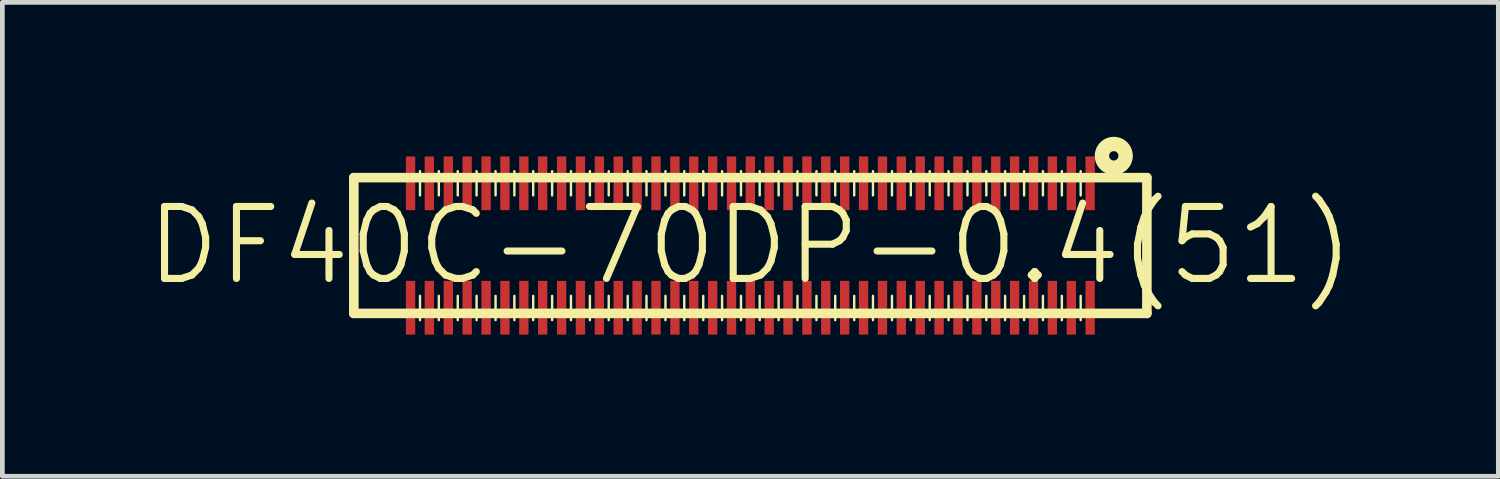
<source format=kicad_pcb>
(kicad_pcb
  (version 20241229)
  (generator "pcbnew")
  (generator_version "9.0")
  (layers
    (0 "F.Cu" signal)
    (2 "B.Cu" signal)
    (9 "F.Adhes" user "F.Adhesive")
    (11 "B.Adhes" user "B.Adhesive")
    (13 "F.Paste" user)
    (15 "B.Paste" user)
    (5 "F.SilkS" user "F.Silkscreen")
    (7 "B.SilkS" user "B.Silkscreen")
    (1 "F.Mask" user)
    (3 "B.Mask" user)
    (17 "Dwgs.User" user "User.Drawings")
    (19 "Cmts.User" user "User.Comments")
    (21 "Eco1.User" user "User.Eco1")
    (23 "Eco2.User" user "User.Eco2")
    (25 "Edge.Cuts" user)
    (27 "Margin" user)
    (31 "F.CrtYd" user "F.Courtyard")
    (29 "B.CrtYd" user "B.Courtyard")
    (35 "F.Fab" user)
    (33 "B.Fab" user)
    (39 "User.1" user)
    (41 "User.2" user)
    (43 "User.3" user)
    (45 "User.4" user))
  (footprint "DF40C-70DP-0.4(51)"
    (layer "F.Cu")
    (at 12.845 2.151)
    (property "Reference" "DF40C-70DP-0.4(51)" (at 0 0 0) (layer "F.SilkS") (effects (font (size 1.524 1.524) (thickness 0.15))))
    (attr smd)
    (fp_line (start -8.4 -1.438) (end 8.4 -1.438) (stroke (width 0.203) (type solid)) (layer "F.SilkS"))
    (fp_line (start -8.4 1.438) (end -8.4 -1.438) (stroke (width 0.203) (type solid)) (layer "F.SilkS"))
    (fp_line (start -6.998 -1.062) (end -6.998 -1.575) (stroke (width 0.051) (type solid)) (layer "F.SilkS"))
    (fp_line (start -6.998 1.58) (end -6.998 1.067) (stroke (width 0.051) (type solid)) (layer "F.SilkS"))
    (fp_line (start -6.599 -1.062) (end -6.599 -1.575) (stroke (width 0.051) (type solid)) (layer "F.SilkS"))
    (fp_line (start -6.599 1.58) (end -6.599 1.067) (stroke (width 0.051) (type solid)) (layer "F.SilkS"))
    (fp_line (start -6.198 -1.062) (end -6.198 -1.575) (stroke (width 0.051) (type solid)) (layer "F.SilkS"))
    (fp_line (start -6.198 1.58) (end -6.198 1.067) (stroke (width 0.051) (type solid)) (layer "F.SilkS"))
    (fp_line (start -5.799 -1.062) (end -5.799 -1.575) (stroke (width 0.051) (type solid)) (layer "F.SilkS"))
    (fp_line (start -5.799 1.58) (end -5.799 1.067) (stroke (width 0.051) (type solid)) (layer "F.SilkS"))
    (fp_line (start -5.397 -1.062) (end -5.397 -1.575) (stroke (width 0.051) (type solid)) (layer "F.SilkS"))
    (fp_line (start -5.397 1.58) (end -5.397 1.067) (stroke (width 0.051) (type solid)) (layer "F.SilkS"))
    (fp_line (start -4.999 -1.062) (end -4.999 -1.575) (stroke (width 0.051) (type solid)) (layer "F.SilkS"))
    (fp_line (start -4.999 1.58) (end -4.999 1.067) (stroke (width 0.051) (type solid)) (layer "F.SilkS"))
    (fp_line (start -4.6 -1.062) (end -4.6 -1.575) (stroke (width 0.051) (type solid)) (layer "F.SilkS"))
    (fp_line (start -4.6 1.58) (end -4.6 1.067) (stroke (width 0.051) (type solid)) (layer "F.SilkS"))
    (fp_line (start -4.199 -1.062) (end -4.199 -1.575) (stroke (width 0.051) (type solid)) (layer "F.SilkS"))
    (fp_line (start -4.199 1.58) (end -4.199 1.067) (stroke (width 0.051) (type solid)) (layer "F.SilkS"))
    (fp_line (start -3.8 -1.062) (end -3.8 -1.575) (stroke (width 0.051) (type solid)) (layer "F.SilkS"))
    (fp_line (start -3.8 1.58) (end -3.8 1.067) (stroke (width 0.051) (type solid)) (layer "F.SilkS"))
    (fp_line (start -3.399 -1.062) (end -3.399 -1.575) (stroke (width 0.051) (type solid)) (layer "F.SilkS"))
    (fp_line (start -3.399 1.58) (end -3.399 1.067) (stroke (width 0.051) (type solid)) (layer "F.SilkS"))
    (fp_line (start -3 -1.062) (end -3 -1.575) (stroke (width 0.051) (type solid)) (layer "F.SilkS"))
    (fp_line (start -3 1.58) (end -3 1.067) (stroke (width 0.051) (type solid)) (layer "F.SilkS"))
    (fp_line (start -2.598 -1.062) (end -2.598 -1.575) (stroke (width 0.051) (type solid)) (layer "F.SilkS"))
    (fp_line (start -2.598 1.58) (end -2.598 1.067) (stroke (width 0.051) (type solid)) (layer "F.SilkS"))
    (fp_line (start -2.2 -1.062) (end -2.2 -1.575) (stroke (width 0.051) (type solid)) (layer "F.SilkS"))
    (fp_line (start -2.2 1.58) (end -2.2 1.067) (stroke (width 0.051) (type solid)) (layer "F.SilkS"))
    (fp_line (start -1.798 -1.062) (end -1.798 -1.575) (stroke (width 0.051) (type solid)) (layer "F.SilkS"))
    (fp_line (start -1.798 1.58) (end -1.798 1.067) (stroke (width 0.051) (type solid)) (layer "F.SilkS"))
    (fp_line (start -1.4 -1.062) (end -1.4 -1.575) (stroke (width 0.051) (type solid)) (layer "F.SilkS"))
    (fp_line (start -1.4 1.58) (end -1.4 1.067) (stroke (width 0.051) (type solid)) (layer "F.SilkS"))
    (fp_line (start -0.998 -1.062) (end -0.998 -1.575) (stroke (width 0.051) (type solid)) (layer "F.SilkS"))
    (fp_line (start -0.998 1.58) (end -0.998 1.067) (stroke (width 0.051) (type solid)) (layer "F.SilkS"))
    (fp_line (start -0.599 -1.062) (end -0.599 -1.575) (stroke (width 0.051) (type solid)) (layer "F.SilkS"))
    (fp_line (start -0.599 1.58) (end -0.599 1.067) (stroke (width 0.051) (type solid)) (layer "F.SilkS"))
    (fp_line (start -0.198 -1.062) (end -0.198 -1.575) (stroke (width 0.051) (type solid)) (layer "F.SilkS"))
    (fp_line (start -0.198 1.58) (end -0.198 1.067) (stroke (width 0.051) (type solid)) (layer "F.SilkS"))
    (fp_line (start 0.198 -1.062) (end 0.198 -1.575) (stroke (width 0.051) (type solid)) (layer "F.SilkS"))
    (fp_line (start 0.198 1.58) (end 0.198 1.067) (stroke (width 0.051) (type solid)) (layer "F.SilkS"))
    (fp_line (start 0.599 -1.062) (end 0.599 -1.575) (stroke (width 0.051) (type solid)) (layer "F.SilkS"))
    (fp_line (start 0.599 1.58) (end 0.599 1.067) (stroke (width 0.051) (type solid)) (layer "F.SilkS"))
    (fp_line (start 0.998 -1.062) (end 0.998 -1.575) (stroke (width 0.051) (type solid)) (layer "F.SilkS"))
    (fp_line (start 0.998 1.58) (end 0.998 1.067) (stroke (width 0.051) (type solid)) (layer "F.SilkS"))
    (fp_line (start 1.4 -1.062) (end 1.4 -1.575) (stroke (width 0.051) (type solid)) (layer "F.SilkS"))
    (fp_line (start 1.4 1.58) (end 1.4 1.067) (stroke (width 0.051) (type solid)) (layer "F.SilkS"))
    (fp_line (start 1.798 -1.062) (end 1.798 -1.575) (stroke (width 0.051) (type solid)) (layer "F.SilkS"))
    (fp_line (start 1.798 1.58) (end 1.798 1.067) (stroke (width 0.051) (type solid)) (layer "F.SilkS"))
    (fp_line (start 2.2 -1.062) (end 2.2 -1.575) (stroke (width 0.051) (type solid)) (layer "F.SilkS"))
    (fp_line (start 2.2 1.58) (end 2.2 1.067) (stroke (width 0.051) (type solid)) (layer "F.SilkS"))
    (fp_line (start 2.598 -1.062) (end 2.598 -1.575) (stroke (width 0.051) (type solid)) (layer "F.SilkS"))
    (fp_line (start 2.598 1.58) (end 2.598 1.067) (stroke (width 0.051) (type solid)) (layer "F.SilkS"))
    (fp_line (start 3 -1.062) (end 3 -1.575) (stroke (width 0.051) (type solid)) (layer "F.SilkS"))
    (fp_line (start 3 1.58) (end 3 1.067) (stroke (width 0.051) (type solid)) (layer "F.SilkS"))
    (fp_line (start 3.399 -1.062) (end 3.399 -1.575) (stroke (width 0.051) (type solid)) (layer "F.SilkS"))
    (fp_line (start 3.399 1.58) (end 3.399 1.067) (stroke (width 0.051) (type solid)) (layer "F.SilkS"))
    (fp_line (start 3.8 -1.062) (end 3.8 -1.575) (stroke (width 0.051) (type solid)) (layer "F.SilkS"))
    (fp_line (start 3.8 1.58) (end 3.8 1.067) (stroke (width 0.051) (type solid)) (layer "F.SilkS"))
    (fp_line (start 4.199 -1.062) (end 4.199 -1.575) (stroke (width 0.051) (type solid)) (layer "F.SilkS"))
    (fp_line (start 4.199 1.58) (end 4.199 1.067) (stroke (width 0.051) (type solid)) (layer "F.SilkS"))
    (fp_line (start 4.6 -1.062) (end 4.6 -1.575) (stroke (width 0.051) (type solid)) (layer "F.SilkS"))
    (fp_line (start 4.6 1.58) (end 4.6 1.067) (stroke (width 0.051) (type solid)) (layer "F.SilkS"))
    (fp_line (start 4.999 -1.062) (end 4.999 -1.575) (stroke (width 0.051) (type solid)) (layer "F.SilkS"))
    (fp_line (start 4.999 1.58) (end 4.999 1.067) (stroke (width 0.051) (type solid)) (layer "F.SilkS"))
    (fp_line (start 5.397 -1.062) (end 5.397 -1.575) (stroke (width 0.051) (type solid)) (layer "F.SilkS"))
    (fp_line (start 5.397 1.58) (end 5.397 1.067) (stroke (width 0.051) (type solid)) (layer "F.SilkS"))
    (fp_line (start 5.799 -1.062) (end 5.799 -1.575) (stroke (width 0.051) (type solid)) (layer "F.SilkS"))
    (fp_line (start 5.799 1.58) (end 5.799 1.067) (stroke (width 0.051) (type solid)) (layer "F.SilkS"))
    (fp_line (start 6.198 -1.062) (end 6.198 -1.575) (stroke (width 0.051) (type solid)) (layer "F.SilkS"))
    (fp_line (start 6.198 1.58) (end 6.198 1.067) (stroke (width 0.051) (type solid)) (layer "F.SilkS"))
    (fp_line (start 6.599 -1.062) (end 6.599 -1.575) (stroke (width 0.051) (type solid)) (layer "F.SilkS"))
    (fp_line (start 6.599 1.58) (end 6.599 1.067) (stroke (width 0.051) (type solid)) (layer "F.SilkS"))
    (fp_line (start 6.998 -1.062) (end 6.998 -1.575) (stroke (width 0.051) (type solid)) (layer "F.SilkS"))
    (fp_line (start 6.998 1.58) (end 6.998 1.067) (stroke (width 0.051) (type solid)) (layer "F.SilkS"))
    (fp_line (start 8.4 -1.438) (end 8.4 1.438) (stroke (width 0.203) (type solid)) (layer "F.SilkS"))
    (fp_line (start 8.4 1.438) (end -8.4 1.438) (stroke (width 0.203) (type solid)) (layer "F.SilkS"))
    (fp_circle (center 7.699 -1.9) (end 7.699 -1.999) (stroke (width 0.305) (type solid)) (fill no) (layer "F.SilkS"))
    (pad "1" smd rect (at 6.8 -1.318) (size 0.198 1.138) (layers "F.Cu" "B.Mask"))
    (pad "2" smd rect (at 6.8 1.318) (size 0.198 1.138) (layers "F.Cu" "B.Mask"))
    (pad "3" smd rect (at 6.398 -1.318) (size 0.198 1.138) (layers "F.Cu" "B.Mask"))
    (pad "4" smd rect (at 6.398 1.318) (size 0.198 1.138) (layers "F.Cu" "B.Mask"))
    (pad "5" smd rect (at 5.999 -1.318) (size 0.198 1.138) (layers "F.Cu" "B.Mask"))
    (pad "6" smd rect (at 5.999 1.318) (size 0.198 1.138) (layers "F.Cu" "B.Mask"))
    (pad "7" smd rect (at 5.598 -1.318) (size 0.198 1.138) (layers "F.Cu" "B.Mask"))
    (pad "8" smd rect (at 5.598 1.318) (size 0.198 1.138) (layers "F.Cu" "B.Mask"))
    (pad "9" smd rect (at 5.199 -1.318) (size 0.198 1.138) (layers "F.Cu" "B.Mask"))
    (pad "10" smd rect (at 5.199 1.318) (size 0.198 1.138) (layers "F.Cu" "B.Mask"))
    (pad "11" smd rect (at 4.798 -1.318) (size 0.198 1.138) (layers "F.Cu" "B.Mask"))
    (pad "12" smd rect (at 4.798 1.318) (size 0.198 1.138) (layers "F.Cu" "B.Mask"))
    (pad "13" smd rect (at 4.399 -1.318) (size 0.198 1.138) (layers "F.Cu" "B.Mask"))
    (pad "14" smd rect (at 4.399 1.318) (size 0.198 1.138) (layers "F.Cu" "B.Mask"))
    (pad "15" smd rect (at 3.998 -1.318) (size 0.198 1.138) (layers "F.Cu" "B.Mask"))
    (pad "16" smd rect (at 3.998 1.318) (size 0.198 1.138) (layers "F.Cu" "B.Mask"))
    (pad "17" smd rect (at 3.599 -1.318) (size 0.198 1.138) (layers "F.Cu" "B.Mask"))
    (pad "18" smd rect (at 3.599 1.318) (size 0.198 1.138) (layers "F.Cu" "B.Mask"))
    (pad "19" smd rect (at 3.198 -1.318) (size 0.198 1.138) (layers "F.Cu" "B.Mask"))
    (pad "20" smd rect (at 3.198 1.318) (size 0.198 1.138) (layers "F.Cu" "B.Mask"))
    (pad "21" smd rect (at 2.799 -1.318) (size 0.198 1.138) (layers "F.Cu" "B.Mask"))
    (pad "22" smd rect (at 2.799 1.318) (size 0.198 1.138) (layers "F.Cu" "B.Mask"))
    (pad "23" smd rect (at 2.398 -1.318) (size 0.198 1.138) (layers "F.Cu" "B.Mask"))
    (pad "24" smd rect (at 2.398 1.318) (size 0.198 1.138) (layers "F.Cu" "B.Mask"))
    (pad "25" smd rect (at 1.999 -1.318) (size 0.198 1.138) (layers "F.Cu" "B.Mask"))
    (pad "26" smd rect (at 1.999 1.318) (size 0.198 1.138) (layers "F.Cu" "B.Mask"))
    (pad "27" smd rect (at 1.598 -1.318) (size 0.198 1.138) (layers "F.Cu" "B.Mask"))
    (pad "28" smd rect (at 1.598 1.318) (size 0.198 1.138) (layers "F.Cu" "B.Mask"))
    (pad "29" smd rect (at 1.199 -1.318) (size 0.198 1.138) (layers "F.Cu" "B.Mask"))
    (pad "30" smd rect (at 1.199 1.318) (size 0.198 1.138) (layers "F.Cu" "B.Mask"))
    (pad "31" smd rect (at 0.798 -1.318) (size 0.198 1.138) (layers "F.Cu" "B.Mask"))
    (pad "32" smd rect (at 0.798 1.318) (size 0.198 1.138) (layers "F.Cu" "B.Mask"))
    (pad "33" smd rect (at 0.399 -1.318) (size 0.198 1.138) (layers "F.Cu" "B.Mask"))
    (pad "34" smd rect (at 0.399 1.318) (size 0.198 1.138) (layers "F.Cu" "B.Mask"))
    (pad "35" smd rect (at 0 -1.318) (size 0.198 1.138) (layers "F.Cu" "B.Mask"))
    (pad "36" smd rect (at 0 1.318) (size 0.198 1.138) (layers "F.Cu" "B.Mask"))
    (pad "37" smd rect (at -0.399 -1.318) (size 0.198 1.138) (layers "F.Cu" "B.Mask"))
    (pad "38" smd rect (at -0.399 1.318) (size 0.198 1.138) (layers "F.Cu" "B.Mask"))
    (pad "39" smd rect (at -0.798 -1.318) (size 0.198 1.138) (layers "F.Cu" "B.Mask"))
    (pad "40" smd rect (at -0.798 1.318) (size 0.198 1.138) (layers "F.Cu" "B.Mask"))
    (pad "41" smd rect (at -1.199 -1.318) (size 0.198 1.138) (layers "F.Cu" "B.Mask"))
    (pad "42" smd rect (at -1.199 1.318) (size 0.198 1.138) (layers "F.Cu" "B.Mask"))
    (pad "43" smd rect (at -1.598 -1.318) (size 0.198 1.138) (layers "F.Cu" "B.Mask"))
    (pad "44" smd rect (at -1.598 1.318) (size 0.198 1.138) (layers "F.Cu" "B.Mask"))
    (pad "45" smd rect (at -1.999 -1.318) (size 0.198 1.138) (layers "F.Cu" "B.Mask"))
    (pad "46" smd rect (at -1.999 1.318) (size 0.198 1.138) (layers "F.Cu" "B.Mask"))
    (pad "47" smd rect (at -2.398 -1.318) (size 0.198 1.138) (layers "F.Cu" "B.Mask"))
    (pad "48" smd rect (at -2.398 1.318) (size 0.198 1.138) (layers "F.Cu" "B.Mask"))
    (pad "49" smd rect (at -2.799 -1.318) (size 0.198 1.138) (layers "F.Cu" "B.Mask"))
    (pad "50" smd rect (at -2.799 1.318) (size 0.198 1.138) (layers "F.Cu" "B.Mask"))
    (pad "51" smd rect (at -3.198 -1.318) (size 0.198 1.138) (layers "F.Cu" "B.Mask"))
    (pad "52" smd rect (at -3.198 1.318) (size 0.198 1.138) (layers "F.Cu" "B.Mask"))
    (pad "53" smd rect (at -3.599 -1.318) (size 0.198 1.138) (layers "F.Cu" "B.Mask"))
    (pad "54" smd rect (at -3.599 1.318) (size 0.198 1.138) (layers "F.Cu" "B.Mask"))
    (pad "55" smd rect (at -3.998 -1.318) (size 0.198 1.138) (layers "F.Cu" "B.Mask"))
    (pad "56" smd rect (at -3.998 1.318) (size 0.198 1.138) (layers "F.Cu" "B.Mask"))
    (pad "57" smd rect (at -4.399 -1.318) (size 0.198 1.138) (layers "F.Cu" "B.Mask"))
    (pad "58" smd rect (at -4.399 1.318) (size 0.198 1.138) (layers "F.Cu" "B.Mask"))
    (pad "59" smd rect (at -4.798 -1.318) (size 0.198 1.138) (layers "F.Cu" "B.Mask"))
    (pad "60" smd rect (at -4.798 1.318) (size 0.198 1.138) (layers "F.Cu" "B.Mask"))
    (pad "61" smd rect (at -5.199 -1.318) (size 0.198 1.138) (layers "F.Cu" "B.Mask"))
    (pad "62" smd rect (at -5.199 1.318) (size 0.198 1.138) (layers "F.Cu" "B.Mask"))
    (pad "63" smd rect (at -5.598 -1.318) (size 0.198 1.138) (layers "F.Cu" "B.Mask"))
    (pad "64" smd rect (at -5.598 1.318) (size 0.198 1.138) (layers "F.Cu" "B.Mask"))
    (pad "65" smd rect (at -5.999 -1.318) (size 0.198 1.138) (layers "F.Cu" "B.Mask"))
    (pad "66" smd rect (at -5.999 1.318) (size 0.198 1.138) (layers "F.Cu" "B.Mask"))
    (pad "67" smd rect (at -6.398 -1.318) (size 0.198 1.138) (layers "F.Cu" "B.Mask"))
    (pad "68" smd rect (at -6.398 1.318) (size 0.198 1.138) (layers "F.Cu" "B.Mask"))
    (pad "69" smd rect (at -6.8 -1.318) (size 0.198 1.138) (layers "F.Cu" "B.Mask"))
    (pad "70" smd rect (at -6.8 1.318) (size 0.198 1.138) (layers "F.Cu" "B.Mask"))
    (pad "NC1" smd rect (at 7.198 -1.318) (size 0.198 1.138) (layers "F.Cu" "B.Mask"))
    (pad "NC2" smd rect (at 7.198 1.318) (size 0.198 1.138) (layers "F.Cu" "B.Mask"))
    (pad "NC3" smd rect (at -7.198 1.318) (size 0.198 1.138) (layers "F.Cu" "B.Mask"))
    (pad "NC4" smd rect (at -7.198 -1.318) (size 0.198 1.138) (layers "F.Cu" "B.Mask")))
  (gr_rect
    (start -3 -3)
    (end 28.69 7.039)
    (stroke (width 0.1) (type default))
    (fill no)
    (layer "Edge.Cuts")))
</source>
